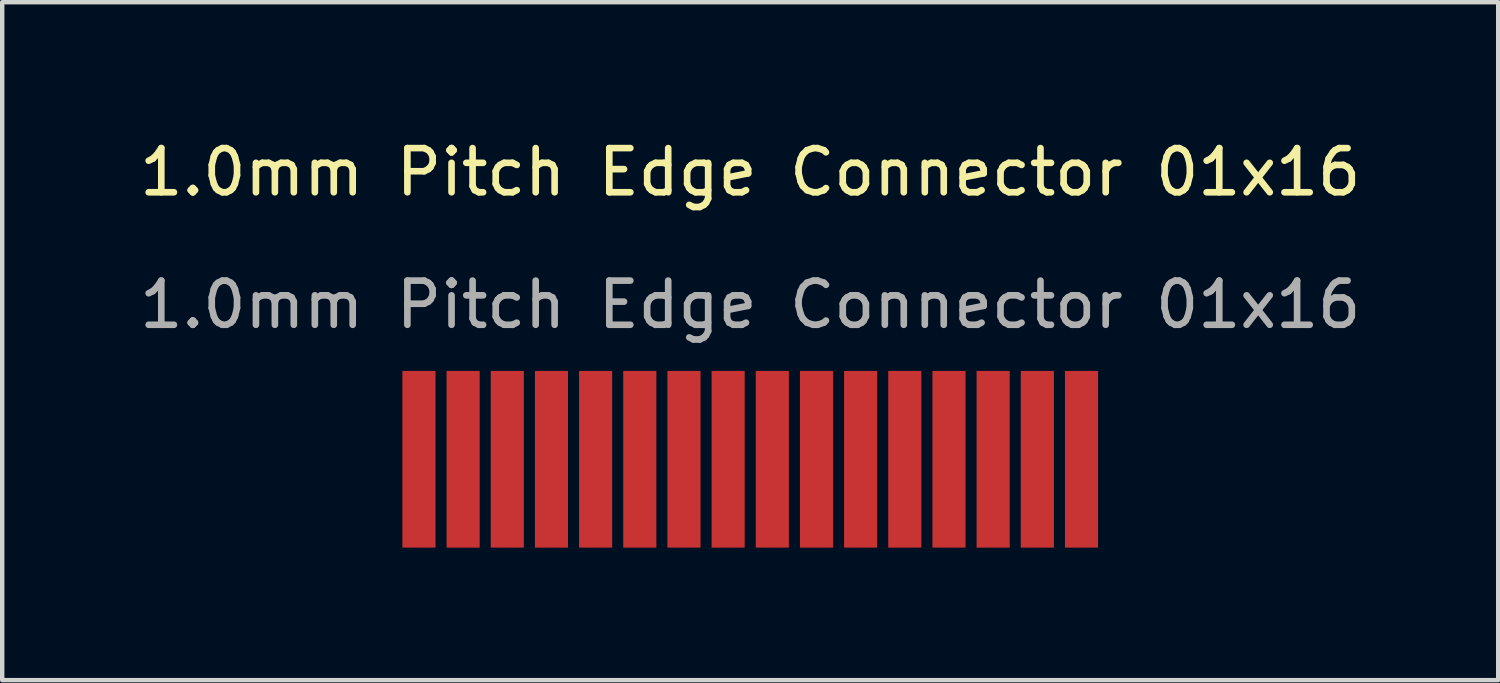
<source format=kicad_pcb>
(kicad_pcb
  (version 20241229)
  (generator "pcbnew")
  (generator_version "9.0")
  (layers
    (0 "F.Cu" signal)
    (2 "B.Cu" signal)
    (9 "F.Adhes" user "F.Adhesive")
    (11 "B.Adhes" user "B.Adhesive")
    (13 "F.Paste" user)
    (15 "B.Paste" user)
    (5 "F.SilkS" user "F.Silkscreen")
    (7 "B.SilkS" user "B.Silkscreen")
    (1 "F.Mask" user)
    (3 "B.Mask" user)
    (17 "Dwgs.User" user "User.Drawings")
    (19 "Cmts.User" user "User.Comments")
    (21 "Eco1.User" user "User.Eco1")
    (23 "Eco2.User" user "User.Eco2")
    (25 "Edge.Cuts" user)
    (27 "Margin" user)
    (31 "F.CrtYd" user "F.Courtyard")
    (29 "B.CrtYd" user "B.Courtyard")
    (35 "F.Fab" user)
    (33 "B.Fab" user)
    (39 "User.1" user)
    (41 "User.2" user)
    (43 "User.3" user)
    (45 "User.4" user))
  (footprint "1.0mm Pitch Edge Connector 01x16"
    (layer "F.Cu")
    (at 13.935 7.348)
    (property "Reference" "1.0mm Pitch Edge Connector 01x16" (at 0 -6.5 0) (unlocked yes) (layer "F.SilkS") (effects (font (size 1 1) (thickness 0.15))))
    (attr smd)
    (fp_text user "${REFERENCE}" (at 0 -3.5 0) (unlocked yes) (layer "F.Fab") (effects (font (size 1 1) (thickness 0.15))))
    (pad "1" smd rect (at -7.5 0) (size 0.75 4) (layers "F.Cu" "F.Mask" "F.Paste"))
    (pad "2" smd rect (at -6.5 0) (size 0.75 4) (layers "F.Cu" "F.Mask" "F.Paste"))
    (pad "3" smd rect (at -5.5 0) (size 0.75 4) (layers "F.Cu" "F.Mask" "F.Paste"))
    (pad "4" smd rect (at -4.5 0) (size 0.75 4) (layers "F.Cu" "F.Mask" "F.Paste"))
    (pad "5" smd rect (at -3.5 0) (size 0.75 4) (layers "F.Cu" "F.Mask" "F.Paste"))
    (pad "6" smd rect (at -2.5 0) (size 0.75 4) (layers "F.Cu" "F.Mask" "F.Paste"))
    (pad "7" smd rect (at -1.5 0) (size 0.75 4) (layers "F.Cu" "F.Mask" "F.Paste"))
    (pad "8" smd rect (at -0.5 0) (size 0.75 4) (layers "F.Cu" "F.Mask" "F.Paste"))
    (pad "9" smd rect (at 0.5 0) (size 0.75 4) (layers "F.Cu" "F.Mask" "F.Paste"))
    (pad "10" smd rect (at 1.5 0) (size 0.75 4) (layers "F.Cu" "F.Mask" "F.Paste"))
    (pad "11" smd rect (at 2.5 0) (size 0.75 4) (layers "F.Cu" "F.Mask" "F.Paste"))
    (pad "12" smd rect (at 3.5 0) (size 0.75 4) (layers "F.Cu" "F.Mask" "F.Paste"))
    (pad "13" smd rect (at 4.5 0) (size 0.75 4) (layers "F.Cu" "F.Mask" "F.Paste"))
    (pad "14" smd rect (at 5.5 0) (size 0.75 4) (layers "F.Cu" "F.Mask" "F.Paste"))
    (pad "15" smd rect (at 6.5 0) (size 0.75 4) (layers "F.Cu" "F.Mask" "F.Paste"))
    (pad "16" smd rect (at 7.5 0) (size 0.75 4) (layers "F.Cu" "F.Mask" "F.Paste")))
  (gr_rect
    (start -3 -3)
    (end 30.869 12.348)
    (stroke (width 0.1) (type default))
    (fill no)
    (layer "Edge.Cuts")))
</source>
